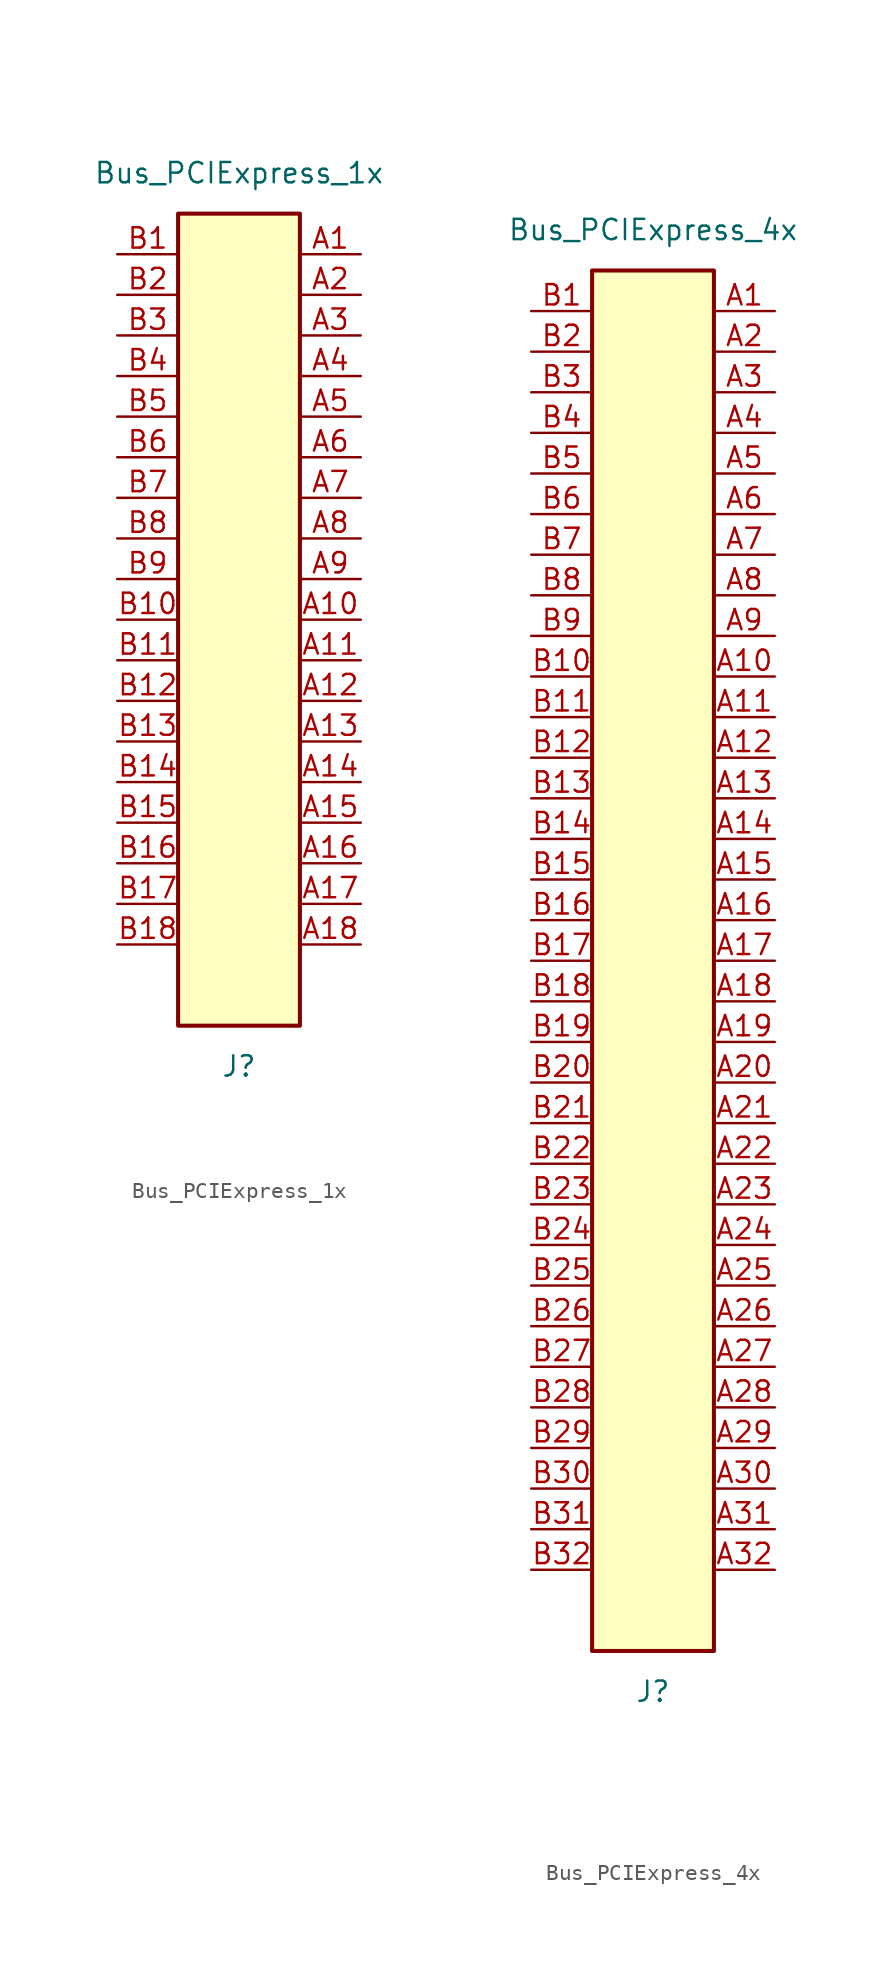
<source format=kicad_sym>
(kicad_symbol_lib
  (version 20220914)
  (generator kicad_symbol_editor)
  (symbol "Bus_PCIExpress_1x"
    (property "Reference" "J"
      (at 0 -27.94 0)
      (effects (font (size 1.27 1.27))))
    (property "Value" "Bus_PCIExpress_1x"
      (at 0 27.94 0)
      (effects (font (size 1.27 1.27))))
    (symbol "Bus_PCIExpress_1x_0_1"
      (rectangle (start -3.81 25.4) (end 3.81 -25.4) (stroke (width 0.254) (type default)) (fill (type background))))
    (symbol "Bus_PCIExpress_1x_1_1"
      (pin passive line (at 7.62 22.86 180) (length 3.81) (name "~" (effects (font (size 1.27 1.27)))) (number "A1" (effects (font (size 1.27 1.27)))))
      (pin passive line (at 7.62 0 180) (length 3.81) (name "~" (effects (font (size 1.27 1.27)))) (number "A10" (effects (font (size 1.27 1.27)))))
      (pin passive line (at 7.62 -2.54 180) (length 3.81) (name "~" (effects (font (size 1.27 1.27)))) (number "A11" (effects (font (size 1.27 1.27)))))
      (pin passive line (at 7.62 -5.08 180) (length 3.81) (name "~" (effects (font (size 1.27 1.27)))) (number "A12" (effects (font (size 1.27 1.27)))))
      (pin passive line (at 7.62 -7.62 180) (length 3.81) (name "~" (effects (font (size 1.27 1.27)))) (number "A13" (effects (font (size 1.27 1.27)))))
      (pin passive line (at 7.62 -10.16 180) (length 3.81) (name "~" (effects (font (size 1.27 1.27)))) (number "A14" (effects (font (size 1.27 1.27)))))
      (pin passive line (at 7.62 -12.7 180) (length 3.81) (name "~" (effects (font (size 1.27 1.27)))) (number "A15" (effects (font (size 1.27 1.27)))))
      (pin passive line (at 7.62 -15.24 180) (length 3.81) (name "~" (effects (font (size 1.27 1.27)))) (number "A16" (effects (font (size 1.27 1.27)))))
      (pin passive line (at 7.62 -17.78 180) (length 3.81) (name "~" (effects (font (size 1.27 1.27)))) (number "A17" (effects (font (size 1.27 1.27)))))
      (pin passive line (at 7.62 -20.32 180) (length 3.81) (name "~" (effects (font (size 1.27 1.27)))) (number "A18" (effects (font (size 1.27 1.27)))))
      (pin passive line (at 7.62 20.32 180) (length 3.81) (name "~" (effects (font (size 1.27 1.27)))) (number "A2" (effects (font (size 1.27 1.27)))))
      (pin passive line (at 7.62 17.78 180) (length 3.81) (name "~" (effects (font (size 1.27 1.27)))) (number "A3" (effects (font (size 1.27 1.27)))))
      (pin passive line (at 7.62 15.24 180) (length 3.81) (name "~" (effects (font (size 1.27 1.27)))) (number "A4" (effects (font (size 1.27 1.27)))))
      (pin passive line (at 7.62 12.7 180) (length 3.81) (name "~" (effects (font (size 1.27 1.27)))) (number "A5" (effects (font (size 1.27 1.27)))))
      (pin passive line (at 7.62 10.16 180) (length 3.81) (name "~" (effects (font (size 1.27 1.27)))) (number "A6" (effects (font (size 1.27 1.27)))))
      (pin passive line (at 7.62 7.62 180) (length 3.81) (name "~" (effects (font (size 1.27 1.27)))) (number "A7" (effects (font (size 1.27 1.27)))))
      (pin passive line (at 7.62 5.08 180) (length 3.81) (name "~" (effects (font (size 1.27 1.27)))) (number "A8" (effects (font (size 1.27 1.27)))))
      (pin passive line (at 7.62 2.54 180) (length 3.81) (name "~" (effects (font (size 1.27 1.27)))) (number "A9" (effects (font (size 1.27 1.27)))))
      (pin passive line (at -7.62 22.86 0) (length 3.81) (name "~" (effects (font (size 1.27 1.27)))) (number "B1" (effects (font (size 1.27 1.27)))))
      (pin passive line (at -7.62 0 0) (length 3.81) (name "~" (effects (font (size 1.27 1.27)))) (number "B10" (effects (font (size 1.27 1.27)))))
      (pin passive line (at -7.62 -2.54 0) (length 3.81) (name "~" (effects (font (size 1.27 1.27)))) (number "B11" (effects (font (size 1.27 1.27)))))
      (pin passive line (at -7.62 -5.08 0) (length 3.81) (name "~" (effects (font (size 1.27 1.27)))) (number "B12" (effects (font (size 1.27 1.27)))))
      (pin passive line (at -7.62 -7.62 0) (length 3.81) (name "~" (effects (font (size 1.27 1.27)))) (number "B13" (effects (font (size 1.27 1.27)))))
      (pin passive line (at -7.62 -10.16 0) (length 3.81) (name "~" (effects (font (size 1.27 1.27)))) (number "B14" (effects (font (size 1.27 1.27)))))
      (pin passive line (at -7.62 -12.7 0) (length 3.81) (name "~" (effects (font (size 1.27 1.27)))) (number "B15" (effects (font (size 1.27 1.27)))))
      (pin passive line (at -7.62 -15.24 0) (length 3.81) (name "~" (effects (font (size 1.27 1.27)))) (number "B16" (effects (font (size 1.27 1.27)))))
      (pin passive line (at -7.62 -17.78 0) (length 3.81) (name "~" (effects (font (size 1.27 1.27)))) (number "B17" (effects (font (size 1.27 1.27)))))
      (pin passive line (at -7.62 -20.32 0) (length 3.81) (name "~" (effects (font (size 1.27 1.27)))) (number "B18" (effects (font (size 1.27 1.27)))))
      (pin passive line (at -7.62 20.32 0) (length 3.81) (name "~" (effects (font (size 1.27 1.27)))) (number "B2" (effects (font (size 1.27 1.27)))))
      (pin passive line (at -7.62 17.78 0) (length 3.81) (name "~" (effects (font (size 1.27 1.27)))) (number "B3" (effects (font (size 1.27 1.27)))))
      (pin passive line (at -7.62 15.24 0) (length 3.81) (name "~" (effects (font (size 1.27 1.27)))) (number "B4" (effects (font (size 1.27 1.27)))))
      (pin passive line (at -7.62 12.7 0) (length 3.81) (name "~" (effects (font (size 1.27 1.27)))) (number "B5" (effects (font (size 1.27 1.27)))))
      (pin passive line (at -7.62 10.16 0) (length 3.81) (name "~" (effects (font (size 1.27 1.27)))) (number "B6" (effects (font (size 1.27 1.27)))))
      (pin passive line (at -7.62 7.62 0) (length 3.81) (name "~" (effects (font (size 1.27 1.27)))) (number "B7" (effects (font (size 1.27 1.27)))))
      (pin passive line (at -7.62 5.08 0) (length 3.81) (name "~" (effects (font (size 1.27 1.27)))) (number "B8" (effects (font (size 1.27 1.27)))))
      (pin passive line (at -7.62 2.54 0) (length 3.81) (name "~" (effects (font (size 1.27 1.27)))) (number "B9" (effects (font (size 1.27 1.27)))))))
  (symbol "Bus_PCIExpress_4x"
    (property "Reference" "J"
      (at 0 -45.72 0)
      (effects (font (size 1.27 1.27))))
    (property "Value" "Bus_PCIExpress_4x"
      (at 0 45.72 0)
      (effects (font (size 1.27 1.27))))
    (symbol "Bus_PCIExpress_4x_0_1"
      (rectangle (start -3.81 43.18) (end 3.81 -43.18) (stroke (width 0.254) (type default)) (fill (type background))))
    (symbol "Bus_PCIExpress_4x_1_1"
      (pin passive line (at 7.62 40.64 180) (length 3.81) (name "~" (effects (font (size 1.27 1.27)))) (number "A1" (effects (font (size 1.27 1.27)))))
      (pin passive line (at 7.62 17.78 180) (length 3.81) (name "~" (effects (font (size 1.27 1.27)))) (number "A10" (effects (font (size 1.27 1.27)))))
      (pin passive line (at 7.62 15.24 180) (length 3.81) (name "~" (effects (font (size 1.27 1.27)))) (number "A11" (effects (font (size 1.27 1.27)))))
      (pin passive line (at 7.62 12.7 180) (length 3.81) (name "~" (effects (font (size 1.27 1.27)))) (number "A12" (effects (font (size 1.27 1.27)))))
      (pin passive line (at 7.62 10.16 180) (length 3.81) (name "~" (effects (font (size 1.27 1.27)))) (number "A13" (effects (font (size 1.27 1.27)))))
      (pin passive line (at 7.62 7.62 180) (length 3.81) (name "~" (effects (font (size 1.27 1.27)))) (number "A14" (effects (font (size 1.27 1.27)))))
      (pin passive line (at 7.62 5.08 180) (length 3.81) (name "~" (effects (font (size 1.27 1.27)))) (number "A15" (effects (font (size 1.27 1.27)))))
      (pin passive line (at 7.62 2.54 180) (length 3.81) (name "~" (effects (font (size 1.27 1.27)))) (number "A16" (effects (font (size 1.27 1.27)))))
      (pin passive line (at 7.62 0 180) (length 3.81) (name "~" (effects (font (size 1.27 1.27)))) (number "A17" (effects (font (size 1.27 1.27)))))
      (pin passive line (at 7.62 -2.54 180) (length 3.81) (name "~" (effects (font (size 1.27 1.27)))) (number "A18" (effects (font (size 1.27 1.27)))))
      (pin passive line (at 7.62 -5.08 180) (length 3.81) (name "~" (effects (font (size 1.27 1.27)))) (number "A19" (effects (font (size 1.27 1.27)))))
      (pin passive line (at 7.62 38.1 180) (length 3.81) (name "~" (effects (font (size 1.27 1.27)))) (number "A2" (effects (font (size 1.27 1.27)))))
      (pin passive line (at 7.62 -7.62 180) (length 3.81) (name "~" (effects (font (size 1.27 1.27)))) (number "A20" (effects (font (size 1.27 1.27)))))
      (pin passive line (at 7.62 -10.16 180) (length 3.81) (name "~" (effects (font (size 1.27 1.27)))) (number "A21" (effects (font (size 1.27 1.27)))))
      (pin passive line (at 7.62 -12.7 180) (length 3.81) (name "~" (effects (font (size 1.27 1.27)))) (number "A22" (effects (font (size 1.27 1.27)))))
      (pin passive line (at 7.62 -15.24 180) (length 3.81) (name "~" (effects (font (size 1.27 1.27)))) (number "A23" (effects (font (size 1.27 1.27)))))
      (pin passive line (at 7.62 -17.78 180) (length 3.81) (name "~" (effects (font (size 1.27 1.27)))) (number "A24" (effects (font (size 1.27 1.27)))))
      (pin passive line (at 7.62 -20.32 180) (length 3.81) (name "~" (effects (font (size 1.27 1.27)))) (number "A25" (effects (font (size 1.27 1.27)))))
      (pin passive line (at 7.62 -22.86 180) (length 3.81) (name "~" (effects (font (size 1.27 1.27)))) (number "A26" (effects (font (size 1.27 1.27)))))
      (pin passive line (at 7.62 -25.4 180) (length 3.81) (name "~" (effects (font (size 1.27 1.27)))) (number "A27" (effects (font (size 1.27 1.27)))))
      (pin passive line (at 7.62 -27.94 180) (length 3.81) (name "~" (effects (font (size 1.27 1.27)))) (number "A28" (effects (font (size 1.27 1.27)))))
      (pin passive line (at 7.62 -30.48 180) (length 3.81) (name "~" (effects (font (size 1.27 1.27)))) (number "A29" (effects (font (size 1.27 1.27)))))
      (pin passive line (at 7.62 35.56 180) (length 3.81) (name "~" (effects (font (size 1.27 1.27)))) (number "A3" (effects (font (size 1.27 1.27)))))
      (pin passive line (at 7.62 -33.02 180) (length 3.81) (name "~" (effects (font (size 1.27 1.27)))) (number "A30" (effects (font (size 1.27 1.27)))))
      (pin passive line (at 7.62 -35.56 180) (length 3.81) (name "~" (effects (font (size 1.27 1.27)))) (number "A31" (effects (font (size 1.27 1.27)))))
      (pin passive line (at 7.62 -38.1 180) (length 3.81) (name "~" (effects (font (size 1.27 1.27)))) (number "A32" (effects (font (size 1.27 1.27)))))
      (pin passive line (at 7.62 33.02 180) (length 3.81) (name "~" (effects (font (size 1.27 1.27)))) (number "A4" (effects (font (size 1.27 1.27)))))
      (pin passive line (at 7.62 30.48 180) (length 3.81) (name "~" (effects (font (size 1.27 1.27)))) (number "A5" (effects (font (size 1.27 1.27)))))
      (pin passive line (at 7.62 27.94 180) (length 3.81) (name "~" (effects (font (size 1.27 1.27)))) (number "A6" (effects (font (size 1.27 1.27)))))
      (pin passive line (at 7.62 25.4 180) (length 3.81) (name "~" (effects (font (size 1.27 1.27)))) (number "A7" (effects (font (size 1.27 1.27)))))
      (pin passive line (at 7.62 22.86 180) (length 3.81) (name "~" (effects (font (size 1.27 1.27)))) (number "A8" (effects (font (size 1.27 1.27)))))
      (pin passive line (at 7.62 20.32 180) (length 3.81) (name "~" (effects (font (size 1.27 1.27)))) (number "A9" (effects (font (size 1.27 1.27)))))
      (pin passive line (at -7.62 40.64 0) (length 3.81) (name "~" (effects (font (size 1.27 1.27)))) (number "B1" (effects (font (size 1.27 1.27)))))
      (pin passive line (at -7.62 17.78 0) (length 3.81) (name "~" (effects (font (size 1.27 1.27)))) (number "B10" (effects (font (size 1.27 1.27)))))
      (pin passive line (at -7.62 15.24 0) (length 3.81) (name "~" (effects (font (size 1.27 1.27)))) (number "B11" (effects (font (size 1.27 1.27)))))
      (pin passive line (at -7.62 12.7 0) (length 3.81) (name "~" (effects (font (size 1.27 1.27)))) (number "B12" (effects (font (size 1.27 1.27)))))
      (pin passive line (at -7.62 10.16 0) (length 3.81) (name "~" (effects (font (size 1.27 1.27)))) (number "B13" (effects (font (size 1.27 1.27)))))
      (pin passive line (at -7.62 7.62 0) (length 3.81) (name "~" (effects (font (size 1.27 1.27)))) (number "B14" (effects (font (size 1.27 1.27)))))
      (pin passive line (at -7.62 5.08 0) (length 3.81) (name "~" (effects (font (size 1.27 1.27)))) (number "B15" (effects (font (size 1.27 1.27)))))
      (pin passive line (at -7.62 2.54 0) (length 3.81) (name "~" (effects (font (size 1.27 1.27)))) (number "B16" (effects (font (size 1.27 1.27)))))
      (pin passive line (at -7.62 0 0) (length 3.81) (name "~" (effects (font (size 1.27 1.27)))) (number "B17" (effects (font (size 1.27 1.27)))))
      (pin passive line (at -7.62 -2.54 0) (length 3.81) (name "~" (effects (font (size 1.27 1.27)))) (number "B18" (effects (font (size 1.27 1.27)))))
      (pin passive line (at -7.62 -5.08 0) (length 3.81) (name "~" (effects (font (size 1.27 1.27)))) (number "B19" (effects (font (size 1.27 1.27)))))
      (pin passive line (at -7.62 38.1 0) (length 3.81) (name "~" (effects (font (size 1.27 1.27)))) (number "B2" (effects (font (size 1.27 1.27)))))
      (pin passive line (at -7.62 -7.62 0) (length 3.81) (name "~" (effects (font (size 1.27 1.27)))) (number "B20" (effects (font (size 1.27 1.27)))))
      (pin passive line (at -7.62 -10.16 0) (length 3.81) (name "~" (effects (font (size 1.27 1.27)))) (number "B21" (effects (font (size 1.27 1.27)))))
      (pin passive line (at -7.62 -12.7 0) (length 3.81) (name "~" (effects (font (size 1.27 1.27)))) (number "B22" (effects (font (size 1.27 1.27)))))
      (pin passive line (at -7.62 -15.24 0) (length 3.81) (name "~" (effects (font (size 1.27 1.27)))) (number "B23" (effects (font (size 1.27 1.27)))))
      (pin passive line (at -7.62 -17.78 0) (length 3.81) (name "~" (effects (font (size 1.27 1.27)))) (number "B24" (effects (font (size 1.27 1.27)))))
      (pin passive line (at -7.62 -20.32 0) (length 3.81) (name "~" (effects (font (size 1.27 1.27)))) (number "B25" (effects (font (size 1.27 1.27)))))
      (pin passive line (at -7.62 -22.86 0) (length 3.81) (name "~" (effects (font (size 1.27 1.27)))) (number "B26" (effects (font (size 1.27 1.27)))))
      (pin passive line (at -7.62 -25.4 0) (length 3.81) (name "~" (effects (font (size 1.27 1.27)))) (number "B27" (effects (font (size 1.27 1.27)))))
      (pin passive line (at -7.62 -27.94 0) (length 3.81) (name "~" (effects (font (size 1.27 1.27)))) (number "B28" (effects (font (size 1.27 1.27)))))
      (pin passive line (at -7.62 -30.48 0) (length 3.81) (name "~" (effects (font (size 1.27 1.27)))) (number "B29" (effects (font (size 1.27 1.27)))))
      (pin passive line (at -7.62 35.56 0) (length 3.81) (name "~" (effects (font (size 1.27 1.27)))) (number "B3" (effects (font (size 1.27 1.27)))))
      (pin passive line (at -7.62 -33.02 0) (length 3.81) (name "~" (effects (font (size 1.27 1.27)))) (number "B30" (effects (font (size 1.27 1.27)))))
      (pin passive line (at -7.62 -35.56 0) (length 3.81) (name "~" (effects (font (size 1.27 1.27)))) (number "B31" (effects (font (size 1.27 1.27)))))
      (pin passive line (at -7.62 -38.1 0) (length 3.81) (name "~" (effects (font (size 1.27 1.27)))) (number "B32" (effects (font (size 1.27 1.27)))))
      (pin passive line (at -7.62 33.02 0) (length 3.81) (name "~" (effects (font (size 1.27 1.27)))) (number "B4" (effects (font (size 1.27 1.27)))))
      (pin passive line (at -7.62 30.48 0) (length 3.81) (name "~" (effects (font (size 1.27 1.27)))) (number "B5" (effects (font (size 1.27 1.27)))))
      (pin passive line (at -7.62 27.94 0) (length 3.81) (name "~" (effects (font (size 1.27 1.27)))) (number "B6" (effects (font (size 1.27 1.27)))))
      (pin passive line (at -7.62 25.4 0) (length 3.81) (name "~" (effects (font (size 1.27 1.27)))) (number "B7" (effects (font (size 1.27 1.27)))))
      (pin passive line (at -7.62 22.86 0) (length 3.81) (name "~" (effects (font (size 1.27 1.27)))) (number "B8" (effects (font (size 1.27 1.27)))))
      (pin passive line (at -7.62 20.32 0) (length 3.81) (name "~" (effects (font (size 1.27 1.27)))) (number "B9" (effects (font (size 1.27 1.27))))))))
</source>
